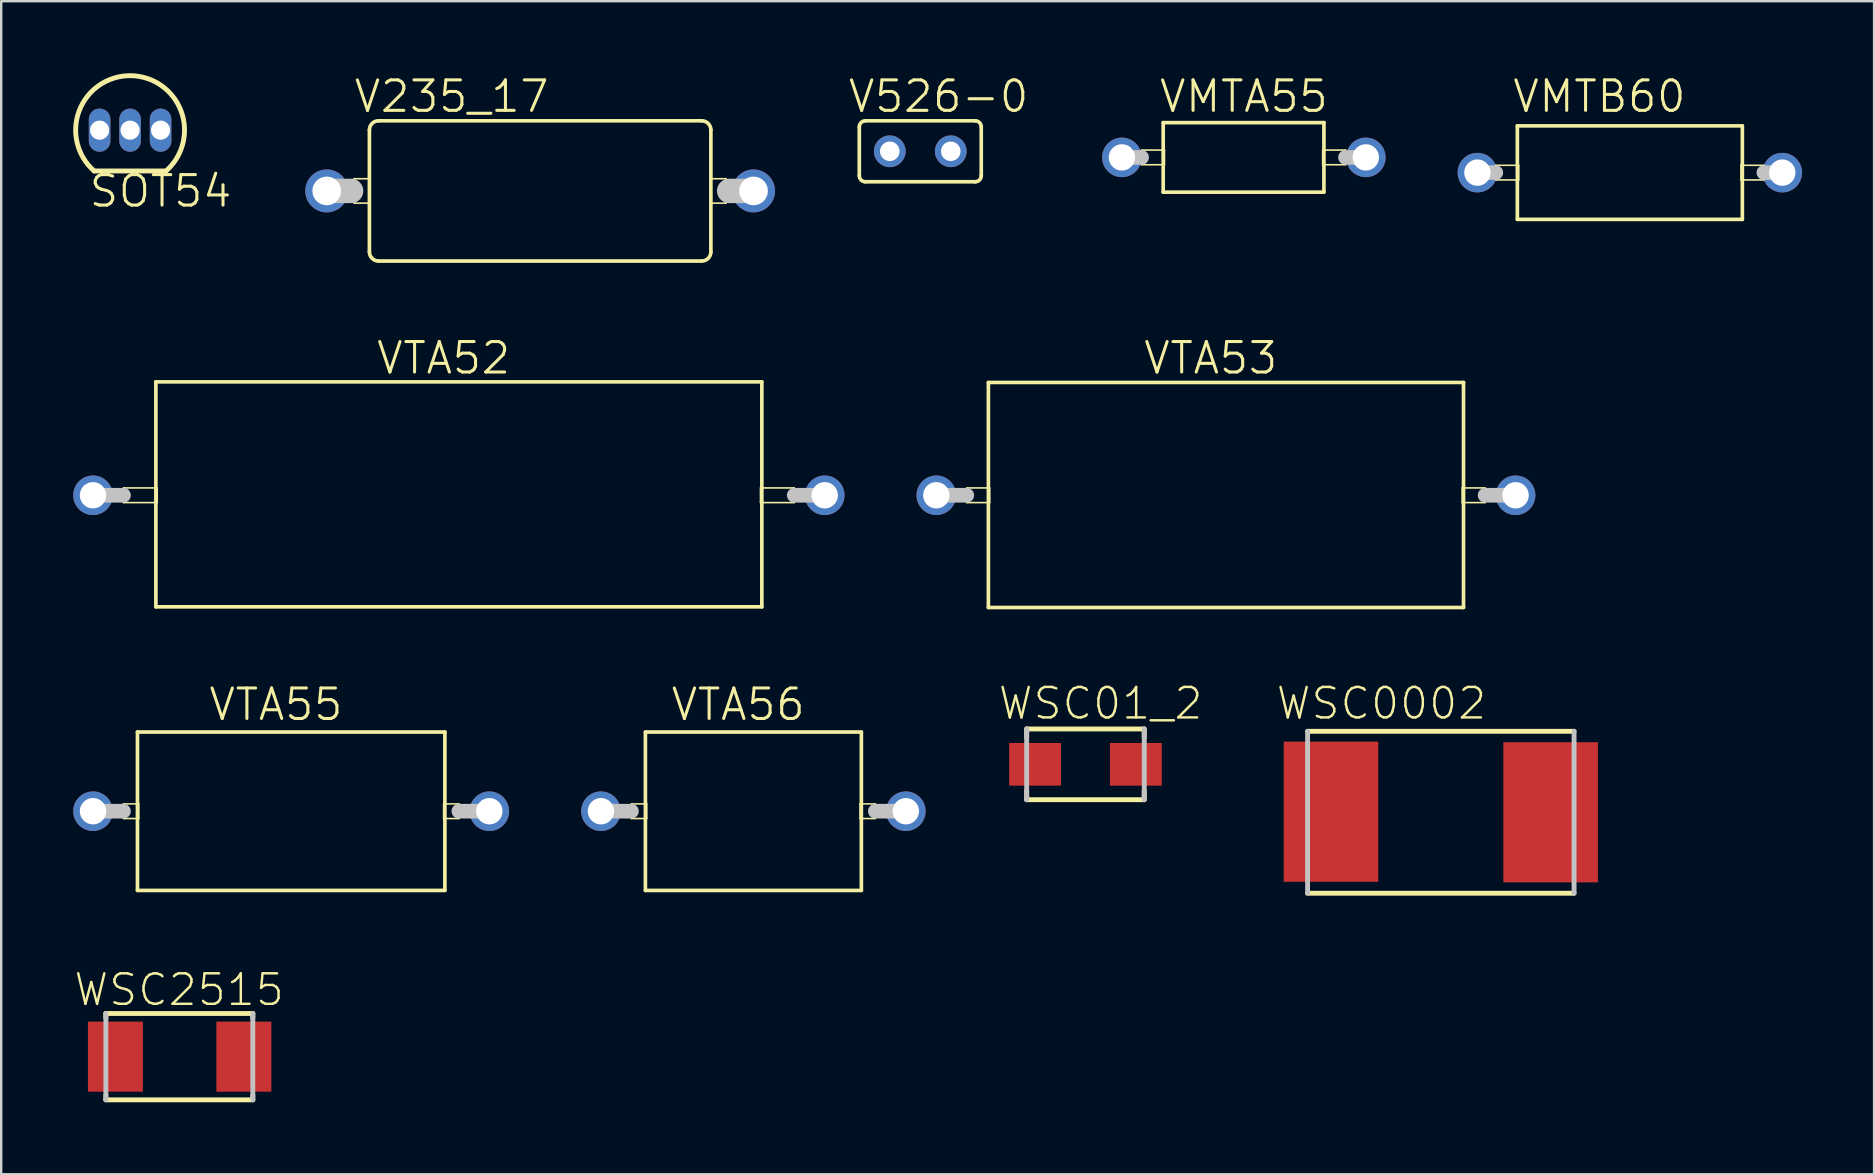
<source format=kicad_pcb>
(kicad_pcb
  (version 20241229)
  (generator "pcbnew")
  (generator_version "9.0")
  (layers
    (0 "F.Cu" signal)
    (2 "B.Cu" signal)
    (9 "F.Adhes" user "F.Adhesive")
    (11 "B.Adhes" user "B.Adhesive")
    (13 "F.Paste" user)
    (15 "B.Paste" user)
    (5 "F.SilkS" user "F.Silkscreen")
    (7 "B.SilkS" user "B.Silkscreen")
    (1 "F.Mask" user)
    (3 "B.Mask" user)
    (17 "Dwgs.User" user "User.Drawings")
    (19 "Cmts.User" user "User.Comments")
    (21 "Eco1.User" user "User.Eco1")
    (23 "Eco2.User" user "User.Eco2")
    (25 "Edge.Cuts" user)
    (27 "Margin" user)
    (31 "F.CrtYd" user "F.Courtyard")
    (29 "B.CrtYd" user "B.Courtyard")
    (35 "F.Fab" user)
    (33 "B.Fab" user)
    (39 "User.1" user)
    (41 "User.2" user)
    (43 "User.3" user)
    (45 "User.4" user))
  (footprint "VMTB60"
    (layer "F.Cu")
    (at 64.843 4.141)
    (property "Reference" "VMTB60" (at -1.27 -3.175 0) (layer "F.SilkS") (effects (font (size 1.27 1.27) (thickness 0.127))))
    (attr exclude_from_pos_files exclude_from_bom)
    (fp_line (start -5.583 -0.305) (end -4.63 -0.305) (stroke (width 0.066) (type solid)) (layer "F.SilkS"))
    (fp_line (start -5.583 0.305) (end -5.583 -0.305) (stroke (width 0.066) (type solid)) (layer "F.SilkS"))
    (fp_line (start -5.583 0.305) (end -4.63 0.305) (stroke (width 0.066) (type solid)) (layer "F.SilkS"))
    (fp_line (start -4.686 -1.948) (end -4.686 1.948) (stroke (width 0.152) (type solid)) (layer "F.SilkS"))
    (fp_line (start -4.686 1.948) (end 4.686 1.948) (stroke (width 0.152) (type solid)) (layer "F.SilkS"))
    (fp_line (start -4.63 0.305) (end -4.63 -0.305) (stroke (width 0.066) (type solid)) (layer "F.SilkS"))
    (fp_line (start 4.63 -0.305) (end 5.583 -0.305) (stroke (width 0.066) (type solid)) (layer "F.SilkS"))
    (fp_line (start 4.63 0.305) (end 4.63 -0.305) (stroke (width 0.066) (type solid)) (layer "F.SilkS"))
    (fp_line (start 4.63 0.305) (end 5.583 0.305) (stroke (width 0.066) (type solid)) (layer "F.SilkS"))
    (fp_line (start 4.686 -1.948) (end -4.686 -1.948) (stroke (width 0.152) (type solid)) (layer "F.SilkS"))
    (fp_line (start 4.686 1.948) (end 4.686 -1.948) (stroke (width 0.152) (type solid)) (layer "F.SilkS"))
    (fp_line (start 5.583 0.305) (end 5.583 -0.305) (stroke (width 0.066) (type solid)) (layer "F.SilkS"))
    (fp_line (start -6.35 0) (end -5.583 0) (stroke (width 0.61) (type solid)) (layer "Dwgs.User"))
    (fp_line (start 5.583 0) (end 6.35 0) (stroke (width 0.61) (type solid)) (layer "Dwgs.User"))
    (pad "1" thru_hole circle (at -6.35 0) (size 1.648 1.648) (drill 1.1) (layers "*.Cu" "*.Paste" "*.Mask"))
    (pad "2" thru_hole circle (at 6.35 0) (size 1.648 1.648) (drill 1.1) (layers "*.Cu" "*.Paste" "*.Mask")))
  (footprint "WSC2515"
    (layer "F.Cu")
    (at 4.433 40.966)
    (property "Reference" "WSC2515" (at -0.023 -2.784 0) (layer "F.SilkS") (effects (font (size 1.27 1.27) (thickness 0.102))))
    (attr smd)
    (fp_line (start -3.073 -1.798) (end -3.073 -1.605) (stroke (width 0.203) (type solid)) (layer "F.SilkS"))
    (fp_line (start -3.073 1.605) (end -3.073 1.798) (stroke (width 0.203) (type solid)) (layer "F.SilkS"))
    (fp_line (start -3.073 1.798) (end 3.048 1.798) (stroke (width 0.203) (type solid)) (layer "F.SilkS"))
    (fp_line (start 3.048 -1.798) (end -3.073 -1.798) (stroke (width 0.203) (type solid)) (layer "F.SilkS"))
    (fp_line (start 3.048 -1.605) (end 3.048 -1.798) (stroke (width 0.203) (type solid)) (layer "F.SilkS"))
    (fp_line (start 3.048 1.798) (end 3.048 1.605) (stroke (width 0.203) (type solid)) (layer "F.SilkS"))
    (fp_line (start -3.073 -1.798) (end -3.073 1.798) (stroke (width 0.203) (type solid)) (layer "Dwgs.User"))
    (fp_line (start 3.048 1.798) (end 3.048 -1.798) (stroke (width 0.203) (type solid)) (layer "Dwgs.User"))
    (pad "1" smd rect (at -2.675 0) (size 2.289 2.918) (layers "F.Cu" "F.Mask" "F.Paste"))
    (pad "2" smd rect (at 2.675 0) (size 2.289 2.918) (layers "F.Cu" "F.Mask" "F.Paste")))
  (footprint "WSC0002"
    (layer "F.Cu")
    (at 56.969 30.786)
    (property "Reference" "WSC0002" (at -2.474 -4.534 0) (layer "F.SilkS") (effects (font (size 1.27 1.27) (thickness 0.102))))
    (attr smd)
    (fp_line (start -5.55 3.373) (end 5.55 3.373) (stroke (width 0.203) (type solid)) (layer "F.SilkS"))
    (fp_line (start 5.55 -3.373) (end -5.55 -3.373) (stroke (width 0.203) (type solid)) (layer "F.SilkS"))
    (fp_line (start -5.55 -3.373) (end -5.55 3.373) (stroke (width 0.203) (type solid)) (layer "Dwgs.User"))
    (fp_line (start 5.55 3.373) (end 5.55 -3.373) (stroke (width 0.203) (type solid)) (layer "Dwgs.User"))
    (pad "1" smd rect (at -4.575 -0.023) (size 3.94 5.839) (layers "F.Cu" "F.Mask" "F.Paste"))
    (pad "2" smd rect (at 4.575 0) (size 3.94 5.839) (layers "F.Cu" "F.Mask" "F.Paste")))
  (footprint "VMTA55"
    (layer "F.Cu")
    (at 48.764 3.506)
    (property "Reference" "VMTA55" (at 0 -2.54 0) (layer "F.SilkS") (effects (font (size 1.27 1.27) (thickness 0.127))))
    (attr exclude_from_pos_files exclude_from_bom)
    (fp_line (start -4.26 -0.305) (end -3.307 -0.305) (stroke (width 0.066) (type solid)) (layer "F.SilkS"))
    (fp_line (start -4.26 0.305) (end -4.26 -0.305) (stroke (width 0.066) (type solid)) (layer "F.SilkS"))
    (fp_line (start -4.26 0.305) (end -3.307 0.305) (stroke (width 0.066) (type solid)) (layer "F.SilkS"))
    (fp_line (start -3.36 -1.448) (end -3.36 1.448) (stroke (width 0.152) (type solid)) (layer "F.SilkS"))
    (fp_line (start -3.36 1.448) (end 3.335 1.448) (stroke (width 0.152) (type solid)) (layer "F.SilkS"))
    (fp_line (start -3.307 0.305) (end -3.307 -0.305) (stroke (width 0.066) (type solid)) (layer "F.SilkS"))
    (fp_line (start 3.282 -0.305) (end 4.234 -0.305) (stroke (width 0.066) (type solid)) (layer "F.SilkS"))
    (fp_line (start 3.282 0.305) (end 3.282 -0.305) (stroke (width 0.066) (type solid)) (layer "F.SilkS"))
    (fp_line (start 3.282 0.305) (end 4.234 0.305) (stroke (width 0.066) (type solid)) (layer "F.SilkS"))
    (fp_line (start 3.335 -1.448) (end -3.36 -1.448) (stroke (width 0.152) (type solid)) (layer "F.SilkS"))
    (fp_line (start 3.335 1.448) (end 3.335 -1.448) (stroke (width 0.152) (type solid)) (layer "F.SilkS"))
    (fp_line (start 4.234 0.305) (end 4.234 -0.305) (stroke (width 0.066) (type solid)) (layer "F.SilkS"))
    (fp_line (start -5.08 0) (end -4.26 0) (stroke (width 0.61) (type solid)) (layer "Dwgs.User"))
    (fp_line (start 4.234 0) (end 5.08 0) (stroke (width 0.61) (type solid)) (layer "Dwgs.User"))
    (pad "1" thru_hole circle (at -5.08 0) (size 1.648 1.648) (drill 1.1) (layers "*.Cu" "*.Paste" "*.Mask"))
    (pad "2" thru_hole circle (at 5.08 0) (size 1.648 1.648) (drill 1.1) (layers "*.Cu" "*.Paste" "*.Mask")))
  (footprint "V526-0"
    (layer "F.Cu")
    (at 35.285 3.252)
    (property "Reference" "V526-0" (at 0.762 -2.286 0) (layer "F.SilkS") (effects (font (size 1.27 1.27) (thickness 0.127))))
    (attr exclude_from_pos_files exclude_from_bom)
    (fp_line (start -2.54 -1.016) (end -2.54 1.016) (stroke (width 0.152) (type solid)) (layer "F.SilkS"))
    (fp_line (start -2.286 1.27) (end 2.286 1.27) (stroke (width 0.152) (type solid)) (layer "F.SilkS"))
    (fp_line (start 2.286 -1.27) (end -2.286 -1.27) (stroke (width 0.152) (type solid)) (layer "F.SilkS"))
    (fp_line (start 2.54 1.016) (end 2.54 -1.016) (stroke (width 0.152) (type solid)) (layer "F.SilkS"))
    (fp_arc (start -2.54 -1.016) (mid -2.465605 -1.195605) (end -2.286 -1.27) (stroke (width 0.1524) (type solid)) (layer "F.SilkS"))
    (fp_arc (start -2.286 1.27) (mid -2.465605 1.195605) (end -2.54 1.016) (stroke (width 0.1524) (type solid)) (layer "F.SilkS"))
    (fp_arc (start 2.286 -1.27) (mid 2.465605 -1.195605) (end 2.54 -1.016) (stroke (width 0.1524) (type solid)) (layer "F.SilkS"))
    (fp_arc (start 2.54 1.016) (mid 2.465605 1.195605) (end 2.286 1.27) (stroke (width 0.1524) (type solid)) (layer "F.SilkS"))
    (pad "1" thru_hole circle (at -1.27 0) (size 1.321 1.321) (drill 0.813) (layers "*.Cu" "*.Paste" "*.Mask"))
    (pad "2" thru_hole circle (at 1.27 0) (size 1.321 1.321) (drill 0.813) (layers "*.Cu" "*.Paste" "*.Mask")))
  (footprint "VTA53"
    (layer "F.Cu")
    (at 48.018 17.581)
    (property "Reference" "VTA53" (at -0.635 -5.715 0) (layer "F.SilkS") (effects (font (size 1.27 1.27) (thickness 0.127))))
    (attr exclude_from_pos_files exclude_from_bom)
    (fp_line (start -10.795 -0.305) (end -9.842 -0.305) (stroke (width 0.066) (type solid)) (layer "F.SilkS"))
    (fp_line (start -10.795 0.305) (end -10.795 -0.305) (stroke (width 0.066) (type solid)) (layer "F.SilkS"))
    (fp_line (start -10.795 0.305) (end -9.842 0.305) (stroke (width 0.066) (type solid)) (layer "F.SilkS"))
    (fp_line (start -9.896 -4.699) (end -9.896 4.674) (stroke (width 0.152) (type solid)) (layer "F.SilkS"))
    (fp_line (start -9.896 4.674) (end 9.896 4.674) (stroke (width 0.152) (type solid)) (layer "F.SilkS"))
    (fp_line (start -9.842 0.305) (end -9.842 -0.305) (stroke (width 0.066) (type solid)) (layer "F.SilkS"))
    (fp_line (start 9.842 -0.305) (end 10.795 -0.305) (stroke (width 0.066) (type solid)) (layer "F.SilkS"))
    (fp_line (start 9.842 0.305) (end 9.842 -0.305) (stroke (width 0.066) (type solid)) (layer "F.SilkS"))
    (fp_line (start 9.842 0.305) (end 10.795 0.305) (stroke (width 0.066) (type solid)) (layer "F.SilkS"))
    (fp_line (start 9.896 -4.699) (end -9.896 -4.699) (stroke (width 0.152) (type solid)) (layer "F.SilkS"))
    (fp_line (start 9.896 4.674) (end 9.896 -4.699) (stroke (width 0.152) (type solid)) (layer "F.SilkS"))
    (fp_line (start 10.795 0.305) (end 10.795 -0.305) (stroke (width 0.066) (type solid)) (layer "F.SilkS"))
    (fp_line (start -12.065 0) (end -10.795 0) (stroke (width 0.61) (type solid)) (layer "Dwgs.User"))
    (fp_line (start 10.795 0) (end 12.065 0) (stroke (width 0.61) (type solid)) (layer "Dwgs.User"))
    (pad "1" thru_hole circle (at -12.065 0) (size 1.648 1.648) (drill 1.1) (layers "*.Cu" "*.Paste" "*.Mask"))
    (pad "2" thru_hole circle (at 12.065 0) (size 1.648 1.648) (drill 1.1) (layers "*.Cu" "*.Paste" "*.Mask")))
  (footprint "VTA55"
    (layer "F.Cu")
    (at 9.079 30.742)
    (property "Reference" "VTA55" (at -0.635 -4.445 0) (layer "F.SilkS") (effects (font (size 1.27 1.27) (thickness 0.127))))
    (attr exclude_from_pos_files exclude_from_bom)
    (fp_line (start -6.985 -0.305) (end -6.35 -0.305) (stroke (width 0.066) (type solid)) (layer "F.SilkS"))
    (fp_line (start -6.985 0.305) (end -6.985 -0.305) (stroke (width 0.066) (type solid)) (layer "F.SilkS"))
    (fp_line (start -6.985 0.305) (end -6.35 0.305) (stroke (width 0.066) (type solid)) (layer "F.SilkS"))
    (fp_line (start -6.403 -3.299) (end -6.403 3.299) (stroke (width 0.152) (type solid)) (layer "F.SilkS"))
    (fp_line (start -6.403 3.299) (end 6.403 3.299) (stroke (width 0.152) (type solid)) (layer "F.SilkS"))
    (fp_line (start -6.35 0.305) (end -6.35 -0.305) (stroke (width 0.066) (type solid)) (layer "F.SilkS"))
    (fp_line (start 6.35 -0.305) (end 6.985 -0.305) (stroke (width 0.066) (type solid)) (layer "F.SilkS"))
    (fp_line (start 6.35 0.305) (end 6.35 -0.305) (stroke (width 0.066) (type solid)) (layer "F.SilkS"))
    (fp_line (start 6.35 0.305) (end 6.985 0.305) (stroke (width 0.066) (type solid)) (layer "F.SilkS"))
    (fp_line (start 6.403 -3.299) (end -6.403 -3.299) (stroke (width 0.152) (type solid)) (layer "F.SilkS"))
    (fp_line (start 6.403 3.299) (end 6.403 -3.299) (stroke (width 0.152) (type solid)) (layer "F.SilkS"))
    (fp_line (start 6.985 0.305) (end 6.985 -0.305) (stroke (width 0.066) (type solid)) (layer "F.SilkS"))
    (fp_line (start -8.255 0) (end -6.985 0) (stroke (width 0.61) (type solid)) (layer "Dwgs.User"))
    (fp_line (start 6.985 0) (end 8.255 0) (stroke (width 0.61) (type solid)) (layer "Dwgs.User"))
    (pad "1" thru_hole circle (at -8.255 0) (size 1.648 1.648) (drill 1.1) (layers "*.Cu" "*.Paste" "*.Mask"))
    (pad "2" thru_hole circle (at 8.255 0) (size 1.648 1.648) (drill 1.1) (layers "*.Cu" "*.Paste" "*.Mask")))
  (footprint "VTA56"
    (layer "F.Cu")
    (at 28.333 30.742)
    (property "Reference" "VTA56" (at -0.635 -4.445 0) (layer "F.SilkS") (effects (font (size 1.27 1.27) (thickness 0.127))))
    (attr exclude_from_pos_files exclude_from_bom)
    (fp_line (start -5.08 -0.305) (end -4.445 -0.305) (stroke (width 0.066) (type solid)) (layer "F.SilkS"))
    (fp_line (start -5.08 0.305) (end -5.08 -0.305) (stroke (width 0.066) (type solid)) (layer "F.SilkS"))
    (fp_line (start -5.08 0.305) (end -4.445 0.305) (stroke (width 0.066) (type solid)) (layer "F.SilkS"))
    (fp_line (start -4.498 -3.299) (end -4.498 3.299) (stroke (width 0.152) (type solid)) (layer "F.SilkS"))
    (fp_line (start -4.498 3.299) (end 4.498 3.299) (stroke (width 0.152) (type solid)) (layer "F.SilkS"))
    (fp_line (start -4.445 0.305) (end -4.445 -0.305) (stroke (width 0.066) (type solid)) (layer "F.SilkS"))
    (fp_line (start 4.445 -0.305) (end 5.08 -0.305) (stroke (width 0.066) (type solid)) (layer "F.SilkS"))
    (fp_line (start 4.445 0.305) (end 4.445 -0.305) (stroke (width 0.066) (type solid)) (layer "F.SilkS"))
    (fp_line (start 4.445 0.305) (end 5.08 0.305) (stroke (width 0.066) (type solid)) (layer "F.SilkS"))
    (fp_line (start 4.498 -3.299) (end -4.498 -3.299) (stroke (width 0.152) (type solid)) (layer "F.SilkS"))
    (fp_line (start 4.498 3.299) (end 4.498 -3.299) (stroke (width 0.152) (type solid)) (layer "F.SilkS"))
    (fp_line (start 5.08 0.305) (end 5.08 -0.305) (stroke (width 0.066) (type solid)) (layer "F.SilkS"))
    (fp_line (start -6.35 0) (end -5.08 0) (stroke (width 0.61) (type solid)) (layer "Dwgs.User"))
    (fp_line (start 5.08 0) (end 6.35 0) (stroke (width 0.61) (type solid)) (layer "Dwgs.User"))
    (pad "1" thru_hole circle (at -6.35 0) (size 1.648 1.648) (drill 1.1) (layers "*.Cu" "*.Paste" "*.Mask"))
    (pad "2" thru_hole circle (at 6.35 0) (size 1.648 1.648) (drill 1.1) (layers "*.Cu" "*.Paste" "*.Mask")))
  (footprint "WSC01_2"
    (layer "F.Cu")
    (at 42.166 28.789)
    (property "Reference" "WSC01_2" (at 0.63 -2.537 0) (layer "F.SilkS") (effects (font (size 1.27 1.27) (thickness 0.102))))
    (attr smd)
    (fp_line (start -2.449 -1.473) (end -2.449 -1.105) (stroke (width 0.203) (type solid)) (layer "F.SilkS"))
    (fp_line (start -2.449 1.105) (end -2.449 1.473) (stroke (width 0.203) (type solid)) (layer "F.SilkS"))
    (fp_line (start -2.449 1.473) (end 2.449 1.473) (stroke (width 0.203) (type solid)) (layer "F.SilkS"))
    (fp_line (start 2.449 -1.473) (end -2.449 -1.473) (stroke (width 0.203) (type solid)) (layer "F.SilkS"))
    (fp_line (start 2.449 -1.105) (end 2.449 -1.473) (stroke (width 0.203) (type solid)) (layer "F.SilkS"))
    (fp_line (start 2.449 1.473) (end 2.449 1.105) (stroke (width 0.203) (type solid)) (layer "F.SilkS"))
    (fp_line (start -2.449 -1.473) (end -2.449 1.473) (stroke (width 0.203) (type solid)) (layer "Dwgs.User"))
    (fp_line (start 2.449 1.473) (end 2.449 -1.473) (stroke (width 0.203) (type solid)) (layer "Dwgs.User"))
    (pad "1" smd rect (at -2.098 0) (size 2.159 1.778) (layers "F.Cu" "F.Mask" "F.Paste"))
    (pad "2" smd rect (at 2.098 0) (size 2.159 1.778) (layers "F.Cu" "F.Mask" "F.Paste")))
  (footprint "VTA52"
    (layer "F.Cu")
    (at 16.064 17.581)
    (property "Reference" "VTA52" (at -0.635 -5.715 0) (layer "F.SilkS") (effects (font (size 1.27 1.27) (thickness 0.127))))
    (attr exclude_from_pos_files exclude_from_bom)
    (fp_line (start -13.97 -0.305) (end -12.565 -0.305) (stroke (width 0.066) (type solid)) (layer "F.SilkS"))
    (fp_line (start -13.97 0.305) (end -13.97 -0.305) (stroke (width 0.066) (type solid)) (layer "F.SilkS"))
    (fp_line (start -13.97 0.305) (end -12.565 0.305) (stroke (width 0.066) (type solid)) (layer "F.SilkS"))
    (fp_line (start -12.621 -4.724) (end -12.621 4.648) (stroke (width 0.152) (type solid)) (layer "F.SilkS"))
    (fp_line (start -12.621 4.648) (end 12.621 4.648) (stroke (width 0.152) (type solid)) (layer "F.SilkS"))
    (fp_line (start -12.565 0.305) (end -12.565 -0.305) (stroke (width 0.066) (type solid)) (layer "F.SilkS"))
    (fp_line (start 12.565 -0.305) (end 13.97 -0.305) (stroke (width 0.066) (type solid)) (layer "F.SilkS"))
    (fp_line (start 12.565 0.305) (end 12.565 -0.305) (stroke (width 0.066) (type solid)) (layer "F.SilkS"))
    (fp_line (start 12.565 0.305) (end 13.97 0.305) (stroke (width 0.066) (type solid)) (layer "F.SilkS"))
    (fp_line (start 12.621 -4.724) (end -12.621 -4.724) (stroke (width 0.152) (type solid)) (layer "F.SilkS"))
    (fp_line (start 12.621 4.648) (end 12.621 -4.724) (stroke (width 0.152) (type solid)) (layer "F.SilkS"))
    (fp_line (start 13.97 0.305) (end 13.97 -0.305) (stroke (width 0.066) (type solid)) (layer "F.SilkS"))
    (fp_line (start -15.24 0) (end -13.97 0) (stroke (width 0.61) (type solid)) (layer "Dwgs.User"))
    (fp_line (start 13.97 0) (end 15.24 0) (stroke (width 0.61) (type solid)) (layer "Dwgs.User"))
    (pad "1" thru_hole circle (at -15.24 0) (size 1.648 1.648) (drill 1.1) (layers "*.Cu" "*.Paste" "*.Mask"))
    (pad "2" thru_hole circle (at 15.24 0) (size 1.648 1.648) (drill 1.1) (layers "*.Cu" "*.Paste" "*.Mask")))
  (footprint "V235_17"
    (layer "F.Cu")
    (at 19.45 4.903)
    (property "Reference" "V235_17" (at -3.683 -3.937 0) (layer "F.SilkS") (effects (font (size 1.27 1.27) (thickness 0.127))))
    (attr exclude_from_pos_files exclude_from_bom)
    (fp_line (start -7.747 -0.508) (end -7.112 -0.508) (stroke (width 0.066) (type solid)) (layer "F.SilkS"))
    (fp_line (start -7.747 0.508) (end -7.747 -0.508) (stroke (width 0.066) (type solid)) (layer "F.SilkS"))
    (fp_line (start -7.747 0.508) (end -7.112 0.508) (stroke (width 0.066) (type solid)) (layer "F.SilkS"))
    (fp_line (start -7.112 -2.54) (end -7.112 2.54) (stroke (width 0.152) (type solid)) (layer "F.SilkS"))
    (fp_line (start -7.112 0.508) (end -7.112 -0.508) (stroke (width 0.066) (type solid)) (layer "F.SilkS"))
    (fp_line (start -6.731 -2.921) (end 6.731 -2.921) (stroke (width 0.152) (type solid)) (layer "F.SilkS"))
    (fp_line (start 6.731 2.921) (end -6.731 2.921) (stroke (width 0.152) (type solid)) (layer "F.SilkS"))
    (fp_line (start 7.112 -2.54) (end 7.112 2.54) (stroke (width 0.152) (type solid)) (layer "F.SilkS"))
    (fp_line (start 7.112 -0.508) (end 7.747 -0.508) (stroke (width 0.066) (type solid)) (layer "F.SilkS"))
    (fp_line (start 7.112 0.508) (end 7.112 -0.508) (stroke (width 0.066) (type solid)) (layer "F.SilkS"))
    (fp_line (start 7.112 0.508) (end 7.747 0.508) (stroke (width 0.066) (type solid)) (layer "F.SilkS"))
    (fp_line (start 7.747 0.508) (end 7.747 -0.508) (stroke (width 0.066) (type solid)) (layer "F.SilkS"))
    (fp_arc (start -7.112 -2.54) (mid -7.000408 -2.809408) (end -6.731 -2.921) (stroke (width 0.1524) (type solid)) (layer "F.SilkS"))
    (fp_arc (start -6.731 2.921) (mid -7.000408 2.809408) (end -7.112 2.54) (stroke (width 0.1524) (type solid)) (layer "F.SilkS"))
    (fp_arc (start 6.731 -2.921) (mid 7.000408 -2.809408) (end 7.112 -2.54) (stroke (width 0.1524) (type solid)) (layer "F.SilkS"))
    (fp_arc (start 7.112 2.54) (mid 7.000408 2.809408) (end 6.731 2.921) (stroke (width 0.1524) (type solid)) (layer "F.SilkS"))
    (fp_line (start -7.874 0) (end -8.89 0) (stroke (width 1.016) (type solid)) (layer "Dwgs.User"))
    (fp_line (start 8.89 0) (end 7.874 0) (stroke (width 1.016) (type solid)) (layer "Dwgs.User"))
    (pad "1" thru_hole circle (at -8.89 0) (size 1.788 1.788) (drill 1.194) (layers "*.Cu" "*.Paste" "*.Mask"))
    (pad "2" thru_hole circle (at 8.89 0) (size 1.788 1.788) (drill 1.194) (layers "*.Cu" "*.Paste" "*.Mask")))
  (footprint "SOT54"
    (layer "F.Cu")
    (at 2.369 2.372)
    (property "Reference" "SOT54" (at 1.27 2.54 0) (layer "F.SilkS") (effects (font (size 1.27 1.27) (thickness 0.127))))
    (attr exclude_from_pos_files exclude_from_bom)
    (fp_line (start -1.499 1.699) (end 1.499 1.699) (stroke (width 0.203) (type solid)) (layer "F.SilkS"))
    (fp_arc (start -1.4986 1.69926) (mid 0.000675 -2.270121) (end 1.497587 1.700152) (stroke (width 0.2032) (type solid)) (layer "F.SilkS"))
    (pad "1" thru_hole oval (at 1.27 0 180) (size 0.899 1.798) (drill 0.798) (layers "*.Cu" "*.Paste" "*.Mask"))
    (pad "2" thru_hole oval (at 0 0 180) (size 0.899 1.798) (drill 0.798) (layers "*.Cu" "*.Paste" "*.Mask"))
    (pad "3" thru_hole oval (at -1.27 0 180) (size 0.899 1.798) (drill 0.798) (layers "*.Cu" "*.Paste" "*.Mask")))
  (gr_rect
    (start -3 -3)
    (end 75.017 45.866)
    (stroke (width 0.1) (type default))
    (fill no)
    (layer "Edge.Cuts")))
</source>
